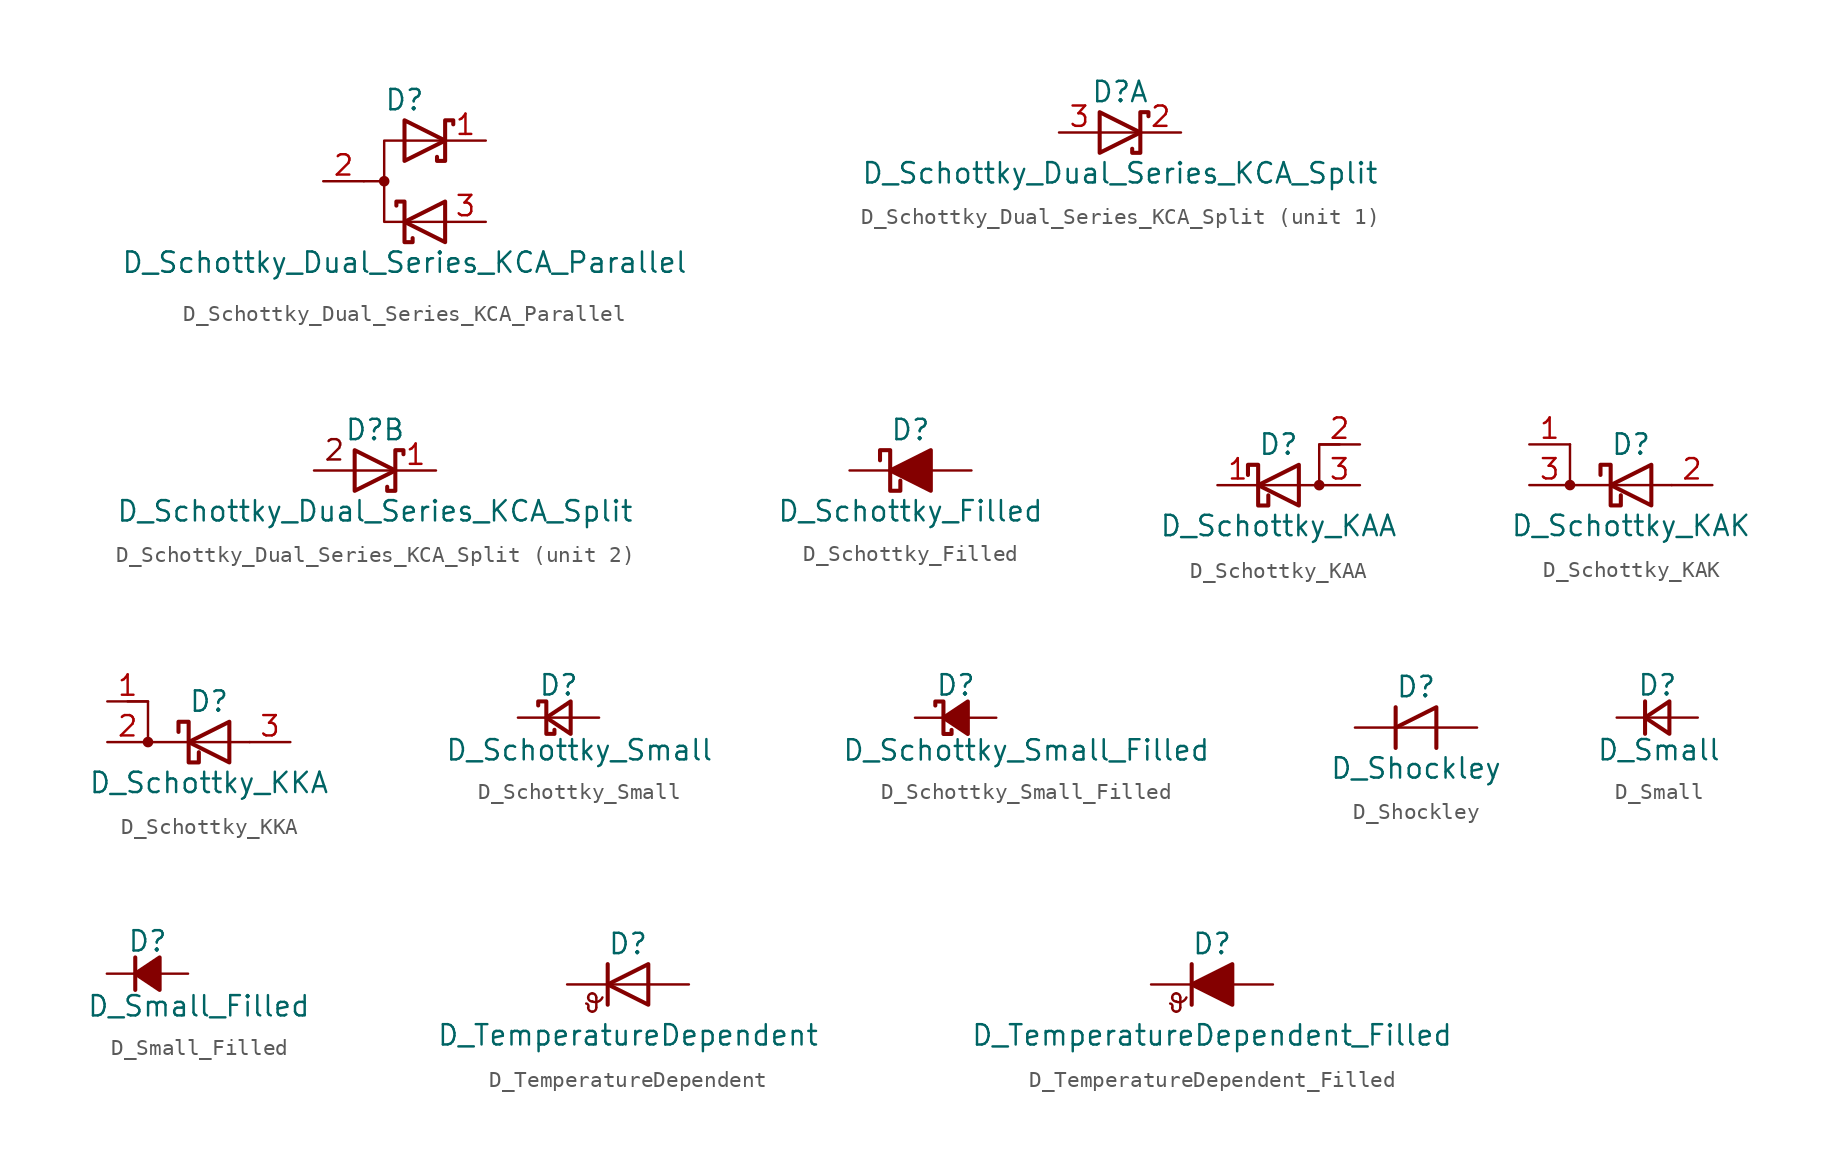
<source format=kicad_sym>
(kicad_symbol_lib
  (version 20201005)
  (generator kicad_symbol_editor)
  (symbol "D_Schottky_Dual_Series_KCA_Parallel"
    (pin_names
      (offset 0.762) hide)
    (property "Reference" "D"
      (at 0 5.08 0)
      (effects (font (size 1.27 1.27))))
    (property "Value" "D_Schottky_Dual_Series_KCA_Parallel"
      (at 0 -5.08 0)
      (effects (font (size 1.27 1.27))))
    (symbol "D_Schottky_Dual_Series_KCA_Parallel_0_1"
      (circle (center -1.27 0) (radius 0.254) (stroke (width 0)) (fill (type outline)))
      (polyline (pts (xy -1.27 0) (xy -2.54 0)) (stroke (width 0)) (fill (type none)))
      (polyline (pts (xy 2.54 2.54) (xy -1.27 2.54) (xy -1.27 -2.54) (xy 2.54 -2.54)) (stroke (width 0)) (fill (type none)))
      (polyline (pts (xy -0.508 -1.524) (xy -0.508 -1.27) (xy 0 -1.27) (xy 0 -3.81) (xy 0.508 -3.81) (xy 0.508 -3.556)) (stroke (width 0.254)) (fill (type none)))
      (polyline (pts (xy 0 3.81) (xy 2.54 2.54) (xy 0 1.27) (xy 0 3.81) (xy 0 3.81) (xy 0 3.81)) (stroke (width 0.254)) (fill (type none)))
      (polyline (pts (xy 2.54 -1.27) (xy 0 -2.54) (xy 2.54 -3.81) (xy 2.54 -1.27) (xy 2.54 -1.27) (xy 2.54 -1.27)) (stroke (width 0.254)) (fill (type none)))
      (polyline (pts (xy 3.048 3.556) (xy 3.048 3.81) (xy 2.54 3.81) (xy 2.54 1.27) (xy 2.032 1.27) (xy 2.032 1.524)) (stroke (width 0.254)) (fill (type none)))
      (pin passive line (at 5.08 2.54 180) (length 2.54) (name "K" (effects (font (size 1.27 1.27)))) (number "1" (effects (font (size 1.27 1.27)))))
      (pin passive line (at -5.08 0 0) (length 2.54) (name "A" (effects (font (size 1.27 1.27)))) (number "2" (effects (font (size 1.27 1.27)))))
      (pin passive line (at 5.08 -2.54 180) (length 2.54) (name "K" (effects (font (size 1.27 1.27)))) (number "3" (effects (font (size 1.27 1.27)))))))
  (symbol "D_Schottky_Dual_Series_KCA_Split"
    (pin_names
      (offset 0.762) hide)
    (property "Reference" "D"
      (at 0 2.54 0)
      (effects (font (size 1.27 1.27))))
    (property "Value" "D_Schottky_Dual_Series_KCA_Split"
      (at 0 -2.54 0)
      (effects (font (size 1.27 1.27))))
    (property "ki_locked" ""
      (at 0 0 0)
      (effects (font (size 1.27 1.27))))
    (symbol "D_Schottky_Dual_Series_KCA_Split_0_1"
      (polyline (pts (xy -1.27 1.27) (xy 1.27 0) (xy -1.27 -1.27) (xy -1.27 1.27) (xy -1.27 1.27) (xy -1.27 1.27)) (stroke (width 0.254)) (fill (type none)))
      (polyline (pts (xy 1.778 1.016) (xy 1.778 1.27) (xy 1.27 1.27) (xy 1.27 -1.27) (xy 0.762 -1.27) (xy 0.762 -1.016)) (stroke (width 0.254)) (fill (type none))))
    (symbol "D_Schottky_Dual_Series_KCA_Split_1_1"
      (polyline (pts (xy 1.27 0) (xy -1.27 0)) (stroke (width 0)) (fill (type none)))
      (pin passive line (at 3.81 0 180) (length 2.54) (name "K" (effects (font (size 1.27 1.27)))) (number "2" (effects (font (size 1.27 1.27)))))
      (pin passive line (at -3.81 0 0) (length 2.54) (name "A" (effects (font (size 1.27 1.27)))) (number "3" (effects (font (size 1.27 1.27))))))
    (symbol "D_Schottky_Dual_Series_KCA_Split_2_0"
      (text "2" (at -2.54 1.27 0) (effects (font (size 1.27 1.27))))
      (polyline (pts (xy 1.27 0) (xy -3.81 0)) (stroke (width 0)) (fill (type none))))
    (symbol "D_Schottky_Dual_Series_KCA_Split_2_1"
      (pin passive line (at 3.81 0 180) (length 2.54) (name "K" (effects (font (size 1.27 1.27)))) (number "1" (effects (font (size 1.27 1.27)))))))
  (symbol "D_Schottky_Filled"
    (pin_numbers hide)
    (pin_names
      (offset 1.016) hide)
    (property "Reference" "D"
      (at 0 2.54 0)
      (effects (font (size 1.27 1.27))))
    (property "Value" "D_Schottky_Filled"
      (at 0 -2.54 0)
      (effects (font (size 1.27 1.27))))
    (symbol "D_Schottky_Filled_0_1"
      (polyline (pts (xy 1.27 0) (xy -1.27 0)) (stroke (width 0)) (fill (type none)))
      (polyline (pts (xy -1.905 0.635) (xy -1.905 1.27) (xy -1.27 1.27) (xy -1.27 -1.27) (xy -0.635 -1.27) (xy -0.635 -0.635)) (stroke (width 0.254)) (fill (type none)))
      (polyline (pts (xy 1.27 1.27) (xy 1.27 -1.27) (xy -1.27 0) (xy 1.27 1.27)) (stroke (width 0.254)) (fill (type outline))))
    (symbol "D_Schottky_Filled_1_1"
      (pin passive line (at -3.81 0 0) (length 2.54) (name "K" (effects (font (size 1.27 1.27)))) (number "1" (effects (font (size 1.27 1.27)))))
      (pin passive line (at 3.81 0 180) (length 2.54) (name "A" (effects (font (size 1.27 1.27)))) (number "2" (effects (font (size 1.27 1.27)))))))
  (symbol "D_Schottky_KAA"
    (pin_names
      (offset 0) hide)
    (property "Reference" "D"
      (at 0 2.54 0)
      (effects (font (size 1.27 1.27))))
    (property "Value" "D_Schottky_KAA"
      (at 0 -2.54 0)
      (effects (font (size 1.27 1.27))))
    (symbol "D_Schottky_KAA_0_1"
      (circle (center 2.54 0) (radius 0.254) (stroke (width 0)) (fill (type outline)))
      (polyline (pts (xy 1.27 1.27) (xy 1.27 -1.27) (xy -1.27 0) (xy 1.27 1.27)) (stroke (width 0.254)) (fill (type none)))
      (polyline (pts (xy 3.81 2.54) (xy 2.54 2.54) (xy 2.54 0) (xy -1.27 0)) (stroke (width 0)) (fill (type none)))
      (polyline (pts (xy -1.905 0.635) (xy -1.905 1.27) (xy -1.27 1.27) (xy -1.27 -1.27) (xy -0.635 -1.27) (xy -0.635 -0.635)) (stroke (width 0.254)) (fill (type none))))
    (symbol "D_Schottky_KAA_1_1"
      (pin passive line (at -3.81 0 0) (length 2.54) (name "K" (effects (font (size 1.27 1.27)))) (number "1" (effects (font (size 1.27 1.27)))))
      (pin input line (at 5.08 2.54 180) (length 2.54) (name "A" (effects (font (size 1.27 1.27)))) (number "2" (effects (font (size 1.27 1.27)))))
      (pin passive line (at 5.08 0 180) (length 2.54) (name "A" (effects (font (size 1.27 1.27)))) (number "3" (effects (font (size 1.27 1.27)))))))
  (symbol "D_Schottky_KAK"
    (pin_names
      (offset 0) hide)
    (property "Reference" "D"
      (at 0 2.54 0)
      (effects (font (size 1.27 1.27))))
    (property "Value" "D_Schottky_KAK"
      (at 0 -2.54 0)
      (effects (font (size 1.27 1.27))))
    (symbol "D_Schottky_KAK_0_1"
      (circle (center -3.81 0) (radius 0.254) (stroke (width 0)) (fill (type outline)))
      (polyline (pts (xy -3.81 2.54) (xy -3.81 0) (xy 2.54 0)) (stroke (width 0)) (fill (type none)))
      (polyline (pts (xy 1.27 1.27) (xy 1.27 -1.27) (xy -1.27 0) (xy 1.27 1.27)) (stroke (width 0.254)) (fill (type none)))
      (polyline (pts (xy -1.905 0.635) (xy -1.905 1.27) (xy -1.27 1.27) (xy -1.27 -1.27) (xy -0.635 -1.27) (xy -0.635 -0.635)) (stroke (width 0.254)) (fill (type none))))
    (symbol "D_Schottky_KAK_1_1"
      (pin passive line (at -6.35 2.54 0) (length 2.54) (name "K" (effects (font (size 1.27 1.27)))) (number "1" (effects (font (size 1.27 1.27)))))
      (pin passive line (at 5.08 0 180) (length 2.54) (name "A" (effects (font (size 1.27 1.27)))) (number "2" (effects (font (size 1.27 1.27)))))
      (pin passive line (at -6.35 0 0) (length 2.54) (name "K" (effects (font (size 1.27 1.27)))) (number "3" (effects (font (size 1.27 1.27)))))))
  (symbol "D_Schottky_KKA"
    (pin_names
      (offset 0) hide)
    (property "Reference" "D"
      (at 0 2.54 0)
      (effects (font (size 1.27 1.27))))
    (property "Value" "D_Schottky_KKA"
      (at 0 -2.54 0)
      (effects (font (size 1.27 1.27))))
    (symbol "D_Schottky_KKA_0_1"
      (circle (center -3.81 0) (radius 0.254) (stroke (width 0)) (fill (type outline)))
      (polyline (pts (xy -5.08 2.54) (xy -3.81 2.54) (xy -3.81 0) (xy 2.54 0)) (stroke (width 0)) (fill (type none)))
      (polyline (pts (xy 1.27 1.27) (xy 1.27 -1.27) (xy -1.27 0) (xy 1.27 1.27)) (stroke (width 0.254)) (fill (type none)))
      (polyline (pts (xy -1.905 0.635) (xy -1.905 1.27) (xy -1.27 1.27) (xy -1.27 -1.27) (xy -0.635 -1.27) (xy -0.635 -0.635)) (stroke (width 0.254)) (fill (type none))))
    (symbol "D_Schottky_KKA_1_1"
      (pin input line (at -6.35 2.54 0) (length 2.54) (name "K" (effects (font (size 1.27 1.27)))) (number "1" (effects (font (size 1.27 1.27)))))
      (pin passive line (at -6.35 0 0) (length 2.54) (name "K" (effects (font (size 1.27 1.27)))) (number "2" (effects (font (size 1.27 1.27)))))
      (pin passive line (at 5.08 0 180) (length 2.54) (name "A" (effects (font (size 1.27 1.27)))) (number "3" (effects (font (size 1.27 1.27)))))))
  (symbol "D_Schottky_Small"
    (pin_numbers hide)
    (pin_names
      (offset 0.254) hide)
    (property "Reference" "D"
      (at -1.27 2.032 0)
      (effects (font (size 1.27 1.27)) (justify left)))
    (property "Value" "D_Schottky_Small"
      (at -7.112 -2.032 0)
      (effects (font (size 1.27 1.27)) (justify left)))
    (symbol "D_Schottky_Small_0_1"
      (polyline (pts (xy -0.762 0) (xy 0.762 0)) (stroke (width 0)) (fill (type none)))
      (polyline (pts (xy 0.762 -1.016) (xy -0.762 0) (xy 0.762 1.016) (xy 0.762 -1.016)) (stroke (width 0.254)) (fill (type none)))
      (polyline (pts (xy -1.27 0.762) (xy -1.27 1.016) (xy -0.762 1.016) (xy -0.762 -1.016) (xy -0.254 -1.016) (xy -0.254 -0.762)) (stroke (width 0.254)) (fill (type none))))
    (symbol "D_Schottky_Small_1_1"
      (pin passive line (at -2.54 0 0) (length 1.778) (name "K" (effects (font (size 1.27 1.27)))) (number "1" (effects (font (size 1.27 1.27)))))
      (pin passive line (at 2.54 0 180) (length 1.778) (name "A" (effects (font (size 1.27 1.27)))) (number "2" (effects (font (size 1.27 1.27)))))))
  (symbol "D_Schottky_Small_Filled"
    (pin_numbers hide)
    (pin_names
      (offset 0.254) hide)
    (property "Reference" "D"
      (at -1.27 2.032 0)
      (effects (font (size 1.27 1.27)) (justify left)))
    (property "Value" "D_Schottky_Small_Filled"
      (at -7.112 -2.032 0)
      (effects (font (size 1.27 1.27)) (justify left)))
    (symbol "D_Schottky_Small_Filled_0_1"
      (polyline (pts (xy -0.762 0) (xy 0.762 0)) (stroke (width 0)) (fill (type none)))
      (polyline (pts (xy -1.27 0.762) (xy -1.27 1.016) (xy -0.762 1.016) (xy -0.762 -1.016) (xy -0.254 -1.016) (xy -0.254 -0.762)) (stroke (width 0.254)) (fill (type none)))
      (polyline (pts (xy 0.762 -1.016) (xy -0.762 0) (xy 0.762 1.016) (xy 0.762 -1.016)) (stroke (width 0.254)) (fill (type outline))))
    (symbol "D_Schottky_Small_Filled_1_1"
      (pin passive line (at -2.54 0 0) (length 1.778) (name "K" (effects (font (size 1.27 1.27)))) (number "1" (effects (font (size 1.27 1.27)))))
      (pin passive line (at 2.54 0 180) (length 1.778) (name "A" (effects (font (size 1.27 1.27)))) (number "2" (effects (font (size 1.27 1.27)))))))
  (symbol "D_Shockley"
    (pin_numbers hide)
    (pin_names
      (offset 1.016) hide)
    (property "Reference" "D"
      (at 0 2.54 0)
      (effects (font (size 1.27 1.27))))
    (property "Value" "D_Shockley"
      (at 0 -2.54 0)
      (effects (font (size 1.27 1.27))))
    (symbol "D_Shockley_0_1"
      (polyline (pts (xy -1.27 0) (xy 1.27 0)) (stroke (width 0)) (fill (type none)))
      (polyline (pts (xy -1.27 1.27) (xy -1.27 -1.27)) (stroke (width 0.254)) (fill (type none)))
      (polyline (pts (xy -1.27 0) (xy 1.27 1.27) (xy 1.27 -1.27)) (stroke (width 0.254)) (fill (type none))))
    (symbol "D_Shockley_1_1"
      (pin passive line (at -3.81 0 0) (length 2.54) (name "K" (effects (font (size 1.27 1.27)))) (number "1" (effects (font (size 1.27 1.27)))))
      (pin passive line (at 3.81 0 180) (length 2.54) (name "A" (effects (font (size 1.27 1.27)))) (number "2" (effects (font (size 1.27 1.27)))))))
  (symbol "D_Small"
    (pin_numbers hide)
    (pin_names
      (offset 0.254) hide)
    (property "Reference" "D"
      (at -1.27 2.032 0)
      (effects (font (size 1.27 1.27)) (justify left)))
    (property "Value" "D_Small"
      (at -3.81 -2.032 0)
      (effects (font (size 1.27 1.27)) (justify left)))
    (symbol "D_Small_0_1"
      (polyline (pts (xy -0.762 -1.016) (xy -0.762 1.016)) (stroke (width 0.254)) (fill (type none)))
      (polyline (pts (xy -0.762 0) (xy 0.762 0)) (stroke (width 0)) (fill (type none)))
      (polyline (pts (xy 0.762 -1.016) (xy -0.762 0) (xy 0.762 1.016) (xy 0.762 -1.016)) (stroke (width 0.254)) (fill (type none))))
    (symbol "D_Small_1_1"
      (pin passive line (at -2.54 0 0) (length 1.778) (name "K" (effects (font (size 1.27 1.27)))) (number "1" (effects (font (size 1.27 1.27)))))
      (pin passive line (at 2.54 0 180) (length 1.778) (name "A" (effects (font (size 1.27 1.27)))) (number "2" (effects (font (size 1.27 1.27)))))))
  (symbol "D_Small_Filled"
    (pin_numbers hide)
    (pin_names
      (offset 0.254) hide)
    (property "Reference" "D"
      (at -1.27 2.032 0)
      (effects (font (size 1.27 1.27)) (justify left)))
    (property "Value" "D_Small_Filled"
      (at -3.81 -2.032 0)
      (effects (font (size 1.27 1.27)) (justify left)))
    (symbol "D_Small_Filled_0_1"
      (polyline (pts (xy -0.762 -1.016) (xy -0.762 1.016)) (stroke (width 0.254)) (fill (type none)))
      (polyline (pts (xy -0.762 0) (xy 0.762 0)) (stroke (width 0)) (fill (type none)))
      (polyline (pts (xy 0.762 -1.016) (xy -0.762 0) (xy 0.762 1.016) (xy 0.762 -1.016)) (stroke (width 0.254)) (fill (type outline))))
    (symbol "D_Small_Filled_1_1"
      (pin passive line (at -2.54 0 0) (length 1.778) (name "K" (effects (font (size 1.27 1.27)))) (number "1" (effects (font (size 1.27 1.27)))))
      (pin passive line (at 2.54 0 180) (length 1.778) (name "A" (effects (font (size 1.27 1.27)))) (number "2" (effects (font (size 1.27 1.27)))))))
  (symbol "D_TemperatureDependent"
    (pin_numbers hide)
    (pin_names
      (offset 1.016) hide)
    (property "Reference" "D"
      (at 0 2.54 0)
      (effects (font (size 1.27 1.27))))
    (property "Value" "D_TemperatureDependent"
      (at 0 -3.175 0)
      (effects (font (size 1.27 1.27))))
    (symbol "D_TemperatureDependent_0_1"
      (arc (start -2.4892 -1.4478) (end -2.6162 -1.1938) (radius (at -2.6416 -1.3716) (length 0.1778) (angles -26.5 81.8)) (stroke (width 0)) (fill (type none)))
      (arc (start -2.4892 -1.4478) (end -2.2352 -1.7018) (radius (at -2.2352 -1.4478) (length 0.254) (angles 180 -90)) (stroke (width 0)) (fill (type none)))
      (arc (start -2.2352 -1.7018) (end -1.9812 -1.4478) (radius (at -2.2352 -1.4478) (length 0.254) (angles -90 0)) (stroke (width 0)) (fill (type none)))
      (arc (start -1.9812 -0.8128) (end -2.2352 -0.5588) (radius (at -2.2352 -0.8128) (length 0.254) (angles 0 90)) (stroke (width 0)) (fill (type none)))
      (arc (start -2.2352 -0.5588) (end -2.4892 -0.8128) (radius (at -2.2352 -0.8128) (length 0.254) (angles 90 180)) (stroke (width 0)) (fill (type none)))
      (arc (start -2.4892 -0.8128) (end -2.2352 -1.0668) (radius (at -2.2352 -0.8128) (length 0.254) (angles 180 -90)) (stroke (width 0)) (fill (type none)))
      (arc (start -2.2352 -1.0668) (end -1.6002 -0.8128) (radius (at -2.0828 -0.5842) (length 0.508) (angles -107.5 -25.3)) (stroke (width 0)) (fill (type none)))
      (polyline (pts (xy -1.981 -1.422) (xy -1.981 -0.813)) (stroke (width 0)) (fill (type none)))
      (polyline (pts (xy -1.27 1.27) (xy -1.27 -1.27)) (stroke (width 0.254)) (fill (type none)))
      (polyline (pts (xy 1.27 0) (xy -1.27 0)) (stroke (width 0)) (fill (type none)))
      (polyline (pts (xy 1.27 -1.27) (xy 1.27 1.27) (xy -1.27 0) (xy 1.27 -1.27)) (stroke (width 0.254)) (fill (type none))))
    (symbol "D_TemperatureDependent_1_1"
      (pin passive line (at -3.81 0 0) (length 2.54) (name "K" (effects (font (size 1.27 1.27)))) (number "1" (effects (font (size 1.27 1.27)))))
      (pin passive line (at 3.81 0 180) (length 2.54) (name "A" (effects (font (size 1.27 1.27)))) (number "2" (effects (font (size 1.27 1.27)))))))
  (symbol "D_TemperatureDependent_Filled"
    (pin_numbers hide)
    (pin_names
      (offset 1.016) hide)
    (property "Reference" "D"
      (at 0 2.54 0)
      (effects (font (size 1.27 1.27))))
    (property "Value" "D_TemperatureDependent_Filled"
      (at 0 -3.175 0)
      (effects (font (size 1.27 1.27))))
    (symbol "D_TemperatureDependent_Filled_0_1"
      (arc (start -2.4892 -1.4478) (end -2.6162 -1.1938) (radius (at -2.6416 -1.3716) (length 0.1778) (angles -26.5 81.8)) (stroke (width 0)) (fill (type none)))
      (arc (start -2.4892 -1.4478) (end -2.2352 -1.7018) (radius (at -2.2352 -1.4478) (length 0.254) (angles 180 -90)) (stroke (width 0)) (fill (type none)))
      (arc (start -2.2352 -1.7018) (end -1.9812 -1.4478) (radius (at -2.2352 -1.4478) (length 0.254) (angles -90 0)) (stroke (width 0)) (fill (type none)))
      (arc (start -1.9812 -0.8128) (end -2.2352 -0.5588) (radius (at -2.2352 -0.8128) (length 0.254) (angles 0 90)) (stroke (width 0)) (fill (type none)))
      (arc (start -2.2352 -0.5588) (end -2.4892 -0.8128) (radius (at -2.2352 -0.8128) (length 0.254) (angles 90 180)) (stroke (width 0)) (fill (type none)))
      (arc (start -2.4892 -0.8128) (end -2.2352 -1.0668) (radius (at -2.2352 -0.8128) (length 0.254) (angles 180 -90)) (stroke (width 0)) (fill (type none)))
      (arc (start -2.2352 -1.0668) (end -1.6002 -0.8128) (radius (at -2.0828 -0.5842) (length 0.508) (angles -107.5 -25.3)) (stroke (width 0)) (fill (type none)))
      (polyline (pts (xy -1.981 -1.422) (xy -1.981 -0.813)) (stroke (width 0)) (fill (type none)))
      (polyline (pts (xy -1.27 1.27) (xy -1.27 -1.27)) (stroke (width 0.254)) (fill (type none)))
      (polyline (pts (xy 1.27 0) (xy -1.27 0)) (stroke (width 0)) (fill (type none)))
      (polyline (pts (xy 1.27 -1.27) (xy 1.27 1.27) (xy -1.27 0) (xy 1.27 -1.27)) (stroke (width 0.254)) (fill (type outline))))
    (symbol "D_TemperatureDependent_Filled_1_1"
      (pin passive line (at -3.81 0 0) (length 2.54) (name "K" (effects (font (size 1.27 1.27)))) (number "1" (effects (font (size 1.27 1.27)))))
      (pin passive line (at 3.81 0 180) (length 2.54) (name "A" (effects (font (size 1.27 1.27)))) (number "2" (effects (font (size 1.27 1.27))))))))
</source>
